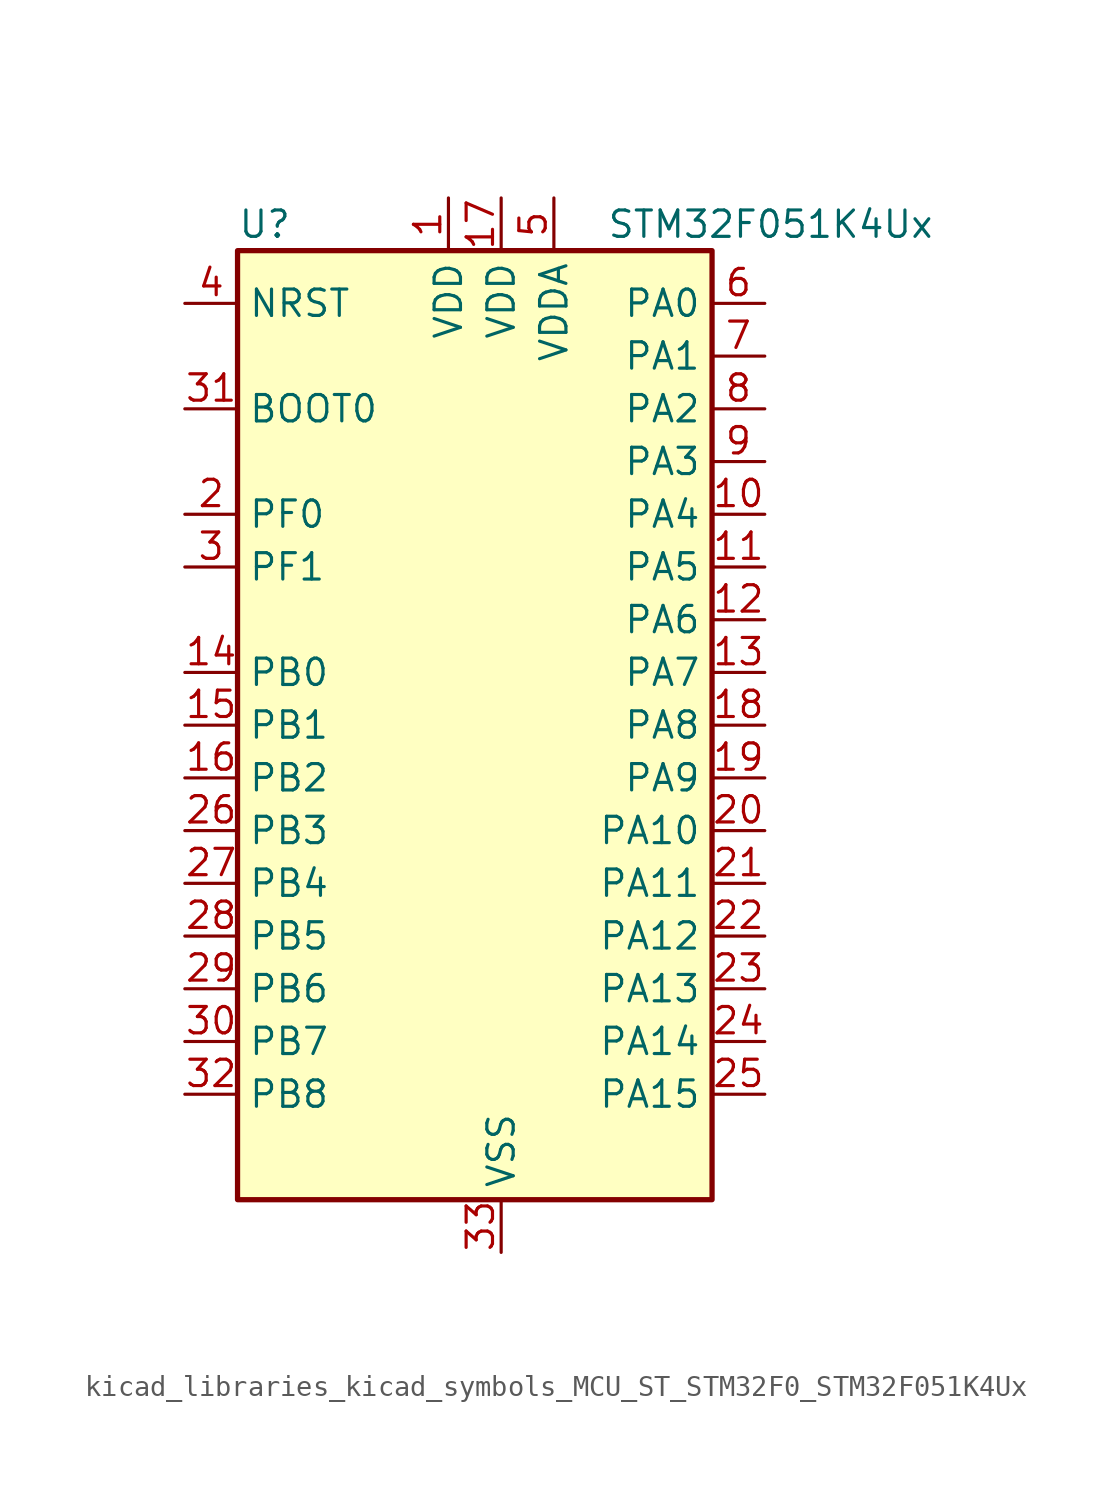
<source format=kicad_sym>
(kicad_symbol_lib
  (version 20220914)
  (generator kicad_symbol_editor)
  (symbol "kicad_libraries_kicad_symbols_MCU_ST_STM32F0_STM32F051K4Ux"
    (property "Reference" "U"
      (at -10.16 24.13 0)
      (effects (font (size 1.27 1.27)) (justify left)))
    (property "Value" "STM32F051K4Ux"
      (at 7.62 24.13 0)
      (effects (font (size 1.27 1.27)) (justify left)))
    (property "ki_locked" ""
      (at 0 0 0)
      (effects (font (size 1.27 1.27))))
    (symbol "kicad_libraries_kicad_symbols_MCU_ST_STM32F0_STM32F051K4Ux_0_1"
      (rectangle (start -10.16 -22.86) (end 12.7 22.86) (stroke (width 0.254) (type default)) (fill (type background))))
    (symbol "kicad_libraries_kicad_symbols_MCU_ST_STM32F0_STM32F051K4Ux_1_1"
      (pin power_in line (at 0 25.4 270) (length 2.54) (name "VDD" (effects (font (size 1.27 1.27)))) (number "1" (effects (font (size 1.27 1.27)))))
      (pin bidirectional line (at 15.24 10.16 180) (length 2.54) (name "PA4" (effects (font (size 1.27 1.27)))) (number "10" (effects (font (size 1.27 1.27)))) (alternate "ADC_IN4" bidirectional line) (alternate "COMP1_INM" bidirectional line) (alternate "COMP2_INM" bidirectional line) (alternate "DAC1_OUT1" bidirectional line) (alternate "I2S1_WS" bidirectional line) (alternate "SPI1_NSS" bidirectional line) (alternate "TIM14_CH1" bidirectional line) (alternate "TSC_G2_IO1" bidirectional line))
      (pin bidirectional line (at 15.24 7.62 180) (length 2.54) (name "PA5" (effects (font (size 1.27 1.27)))) (number "11" (effects (font (size 1.27 1.27)))) (alternate "ADC_IN5" bidirectional line) (alternate "CEC" bidirectional line) (alternate "COMP1_INM" bidirectional line) (alternate "COMP2_INM" bidirectional line) (alternate "I2S1_CK" bidirectional line) (alternate "SPI1_SCK" bidirectional line) (alternate "TIM2_CH1" bidirectional line) (alternate "TIM2_ETR" bidirectional line) (alternate "TSC_G2_IO2" bidirectional line))
      (pin bidirectional line (at 15.24 5.08 180) (length 2.54) (name "PA6" (effects (font (size 1.27 1.27)))) (number "12" (effects (font (size 1.27 1.27)))) (alternate "ADC_IN6" bidirectional line) (alternate "COMP1_OUT" bidirectional line) (alternate "I2S1_MCK" bidirectional line) (alternate "SPI1_MISO" bidirectional line) (alternate "TIM16_CH1" bidirectional line) (alternate "TIM1_BKIN" bidirectional line) (alternate "TIM3_CH1" bidirectional line) (alternate "TSC_G2_IO3" bidirectional line))
      (pin bidirectional line (at 15.24 2.54 180) (length 2.54) (name "PA7" (effects (font (size 1.27 1.27)))) (number "13" (effects (font (size 1.27 1.27)))) (alternate "ADC_IN7" bidirectional line) (alternate "COMP2_OUT" bidirectional line) (alternate "I2S1_SD" bidirectional line) (alternate "SPI1_MOSI" bidirectional line) (alternate "TIM14_CH1" bidirectional line) (alternate "TIM17_CH1" bidirectional line) (alternate "TIM1_CH1N" bidirectional line) (alternate "TIM3_CH2" bidirectional line) (alternate "TSC_G2_IO4" bidirectional line))
      (pin bidirectional line (at -12.7 2.54 0) (length 2.54) (name "PB0" (effects (font (size 1.27 1.27)))) (number "14" (effects (font (size 1.27 1.27)))) (alternate "ADC_IN8" bidirectional line) (alternate "TIM1_CH2N" bidirectional line) (alternate "TIM3_CH3" bidirectional line) (alternate "TSC_G3_IO2" bidirectional line))
      (pin bidirectional line (at -12.7 0 0) (length 2.54) (name "PB1" (effects (font (size 1.27 1.27)))) (number "15" (effects (font (size 1.27 1.27)))) (alternate "ADC_IN9" bidirectional line) (alternate "TIM14_CH1" bidirectional line) (alternate "TIM1_CH3N" bidirectional line) (alternate "TIM3_CH4" bidirectional line) (alternate "TSC_G3_IO3" bidirectional line))
      (pin bidirectional line (at -12.7 -2.54 0) (length 2.54) (name "PB2" (effects (font (size 1.27 1.27)))) (number "16" (effects (font (size 1.27 1.27)))) (alternate "TSC_G3_IO4" bidirectional line))
      (pin power_in line (at 2.54 25.4 270) (length 2.54) (name "VDD" (effects (font (size 1.27 1.27)))) (number "17" (effects (font (size 1.27 1.27)))))
      (pin bidirectional line (at 15.24 0 180) (length 2.54) (name "PA8" (effects (font (size 1.27 1.27)))) (number "18" (effects (font (size 1.27 1.27)))) (alternate "RCC_MCO" bidirectional line) (alternate "TIM1_CH1" bidirectional line) (alternate "USART1_CK" bidirectional line))
      (pin bidirectional line (at 15.24 -2.54 180) (length 2.54) (name "PA9" (effects (font (size 1.27 1.27)))) (number "19" (effects (font (size 1.27 1.27)))) (alternate "DAC1_EXTI9" bidirectional line) (alternate "TIM15_BKIN" bidirectional line) (alternate "TIM1_CH2" bidirectional line) (alternate "TSC_G4_IO1" bidirectional line) (alternate "USART1_TX" bidirectional line))
      (pin bidirectional line (at -12.7 10.16 0) (length 2.54) (name "PF0" (effects (font (size 1.27 1.27)))) (number "2" (effects (font (size 1.27 1.27)))) (alternate "RCC_OSC_IN" bidirectional line))
      (pin bidirectional line (at 15.24 -5.08 180) (length 2.54) (name "PA10" (effects (font (size 1.27 1.27)))) (number "20" (effects (font (size 1.27 1.27)))) (alternate "TIM17_BKIN" bidirectional line) (alternate "TIM1_CH3" bidirectional line) (alternate "TSC_G4_IO2" bidirectional line) (alternate "USART1_RX" bidirectional line))
      (pin bidirectional line (at 15.24 -7.62 180) (length 2.54) (name "PA11" (effects (font (size 1.27 1.27)))) (number "21" (effects (font (size 1.27 1.27)))) (alternate "COMP1_OUT" bidirectional line) (alternate "TIM1_CH4" bidirectional line) (alternate "TSC_G4_IO3" bidirectional line) (alternate "USART1_CTS" bidirectional line))
      (pin bidirectional line (at 15.24 -10.16 180) (length 2.54) (name "PA12" (effects (font (size 1.27 1.27)))) (number "22" (effects (font (size 1.27 1.27)))) (alternate "COMP2_OUT" bidirectional line) (alternate "TIM1_ETR" bidirectional line) (alternate "TSC_G4_IO4" bidirectional line) (alternate "USART1_DE" bidirectional line) (alternate "USART1_RTS" bidirectional line))
      (pin bidirectional line (at 15.24 -12.7 180) (length 2.54) (name "PA13" (effects (font (size 1.27 1.27)))) (number "23" (effects (font (size 1.27 1.27)))) (alternate "IR_OUT" bidirectional line) (alternate "SYS_SWDIO" bidirectional line))
      (pin bidirectional line (at 15.24 -15.24 180) (length 2.54) (name "PA14" (effects (font (size 1.27 1.27)))) (number "24" (effects (font (size 1.27 1.27)))) (alternate "SYS_SWCLK" bidirectional line))
      (pin bidirectional line (at 15.24 -17.78 180) (length 2.54) (name "PA15" (effects (font (size 1.27 1.27)))) (number "25" (effects (font (size 1.27 1.27)))) (alternate "I2S1_WS" bidirectional line) (alternate "SPI1_NSS" bidirectional line) (alternate "TIM2_CH1" bidirectional line) (alternate "TIM2_ETR" bidirectional line))
      (pin bidirectional line (at -12.7 -5.08 0) (length 2.54) (name "PB3" (effects (font (size 1.27 1.27)))) (number "26" (effects (font (size 1.27 1.27)))) (alternate "I2S1_CK" bidirectional line) (alternate "SPI1_SCK" bidirectional line) (alternate "TIM2_CH2" bidirectional line) (alternate "TSC_G5_IO1" bidirectional line))
      (pin bidirectional line (at -12.7 -7.62 0) (length 2.54) (name "PB4" (effects (font (size 1.27 1.27)))) (number "27" (effects (font (size 1.27 1.27)))) (alternate "I2S1_MCK" bidirectional line) (alternate "SPI1_MISO" bidirectional line) (alternate "TIM3_CH1" bidirectional line) (alternate "TSC_G5_IO2" bidirectional line))
      (pin bidirectional line (at -12.7 -10.16 0) (length 2.54) (name "PB5" (effects (font (size 1.27 1.27)))) (number "28" (effects (font (size 1.27 1.27)))) (alternate "I2C1_SMBA" bidirectional line) (alternate "I2S1_SD" bidirectional line) (alternate "SPI1_MOSI" bidirectional line) (alternate "TIM16_BKIN" bidirectional line) (alternate "TIM3_CH2" bidirectional line))
      (pin bidirectional line (at -12.7 -12.7 0) (length 2.54) (name "PB6" (effects (font (size 1.27 1.27)))) (number "29" (effects (font (size 1.27 1.27)))) (alternate "I2C1_SCL" bidirectional line) (alternate "TIM16_CH1N" bidirectional line) (alternate "TSC_G5_IO3" bidirectional line) (alternate "USART1_TX" bidirectional line))
      (pin bidirectional line (at -12.7 7.62 0) (length 2.54) (name "PF1" (effects (font (size 1.27 1.27)))) (number "3" (effects (font (size 1.27 1.27)))) (alternate "RCC_OSC_OUT" bidirectional line))
      (pin bidirectional line (at -12.7 -15.24 0) (length 2.54) (name "PB7" (effects (font (size 1.27 1.27)))) (number "30" (effects (font (size 1.27 1.27)))) (alternate "I2C1_SDA" bidirectional line) (alternate "TIM17_CH1N" bidirectional line) (alternate "TSC_G5_IO4" bidirectional line) (alternate "USART1_RX" bidirectional line))
      (pin input line (at -12.7 15.24 0) (length 2.54) (name "BOOT0" (effects (font (size 1.27 1.27)))) (number "31" (effects (font (size 1.27 1.27)))))
      (pin bidirectional line (at -12.7 -17.78 0) (length 2.54) (name "PB8" (effects (font (size 1.27 1.27)))) (number "32" (effects (font (size 1.27 1.27)))) (alternate "CEC" bidirectional line) (alternate "I2C1_SCL" bidirectional line) (alternate "TIM16_CH1" bidirectional line) (alternate "TSC_SYNC" bidirectional line))
      (pin power_in line (at 2.54 -25.4 90) (length 2.54) (name "VSS" (effects (font (size 1.27 1.27)))) (number "33" (effects (font (size 1.27 1.27)))))
      (pin input line (at -12.7 20.32 0) (length 2.54) (name "NRST" (effects (font (size 1.27 1.27)))) (number "4" (effects (font (size 1.27 1.27)))))
      (pin power_in line (at 5.08 25.4 270) (length 2.54) (name "VDDA" (effects (font (size 1.27 1.27)))) (number "5" (effects (font (size 1.27 1.27)))))
      (pin bidirectional line (at 15.24 20.32 180) (length 2.54) (name "PA0" (effects (font (size 1.27 1.27)))) (number "6" (effects (font (size 1.27 1.27)))) (alternate "ADC_IN0" bidirectional line) (alternate "COMP1_INM" bidirectional line) (alternate "COMP1_OUT" bidirectional line) (alternate "RTC_TAMP2" bidirectional line) (alternate "SYS_WKUP1" bidirectional line) (alternate "TIM2_CH1" bidirectional line) (alternate "TIM2_ETR" bidirectional line) (alternate "TSC_G1_IO1" bidirectional line))
      (pin bidirectional line (at 15.24 17.78 180) (length 2.54) (name "PA1" (effects (font (size 1.27 1.27)))) (number "7" (effects (font (size 1.27 1.27)))) (alternate "ADC_IN1" bidirectional line) (alternate "COMP1_INP" bidirectional line) (alternate "TIM2_CH2" bidirectional line) (alternate "TSC_G1_IO2" bidirectional line))
      (pin bidirectional line (at 15.24 15.24 180) (length 2.54) (name "PA2" (effects (font (size 1.27 1.27)))) (number "8" (effects (font (size 1.27 1.27)))) (alternate "ADC_IN2" bidirectional line) (alternate "COMP2_INM" bidirectional line) (alternate "COMP2_OUT" bidirectional line) (alternate "TIM15_CH1" bidirectional line) (alternate "TIM2_CH3" bidirectional line) (alternate "TSC_G1_IO3" bidirectional line))
      (pin bidirectional line (at 15.24 12.7 180) (length 2.54) (name "PA3" (effects (font (size 1.27 1.27)))) (number "9" (effects (font (size 1.27 1.27)))) (alternate "ADC_IN3" bidirectional line) (alternate "COMP2_INP" bidirectional line) (alternate "TIM15_CH2" bidirectional line) (alternate "TIM2_CH4" bidirectional line) (alternate "TSC_G1_IO4" bidirectional line)))))
</source>
